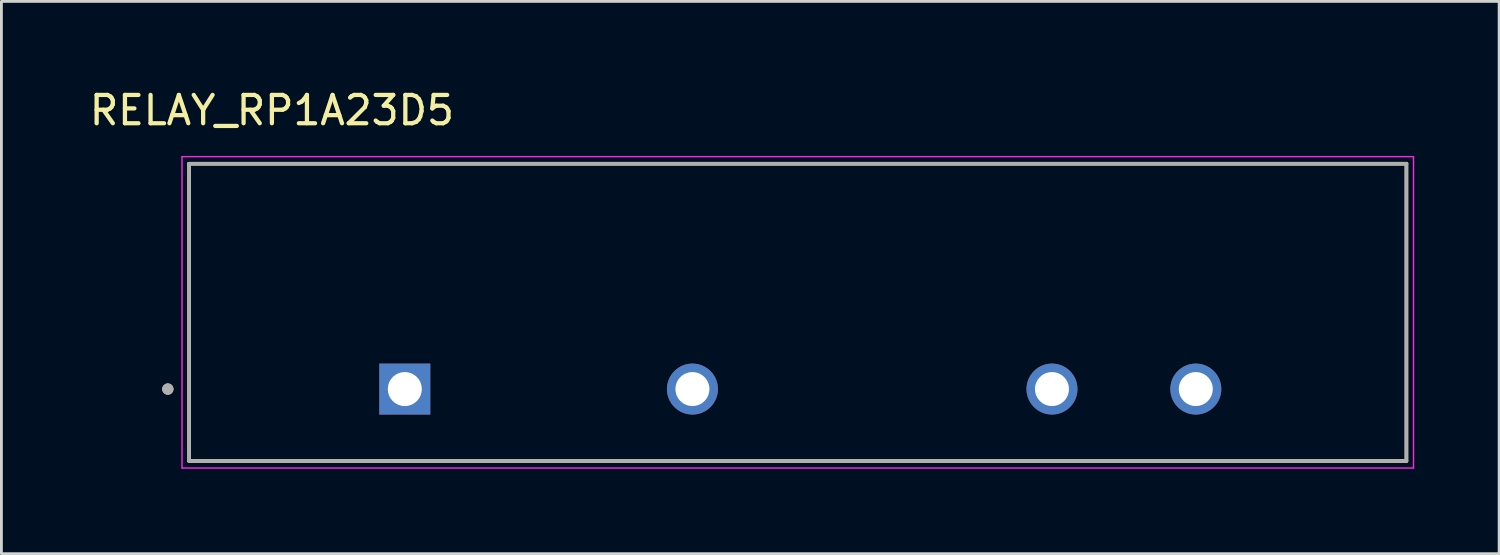
<source format=kicad_pcb>
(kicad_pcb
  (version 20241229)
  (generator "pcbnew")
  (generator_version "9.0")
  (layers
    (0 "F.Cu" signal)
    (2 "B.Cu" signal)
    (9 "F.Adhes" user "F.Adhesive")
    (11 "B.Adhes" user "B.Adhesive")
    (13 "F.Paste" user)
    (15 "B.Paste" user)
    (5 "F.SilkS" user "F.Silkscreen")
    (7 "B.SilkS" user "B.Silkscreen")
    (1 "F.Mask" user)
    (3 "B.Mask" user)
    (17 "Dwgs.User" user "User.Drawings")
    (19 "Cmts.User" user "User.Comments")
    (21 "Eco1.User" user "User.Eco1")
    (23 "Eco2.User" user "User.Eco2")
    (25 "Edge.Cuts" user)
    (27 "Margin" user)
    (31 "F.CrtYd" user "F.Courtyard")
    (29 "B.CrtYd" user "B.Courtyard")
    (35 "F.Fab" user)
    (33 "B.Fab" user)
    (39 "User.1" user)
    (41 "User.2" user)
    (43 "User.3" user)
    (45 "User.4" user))
  (footprint "RELAY_RP1A23D5"
    (layer "F.Cu")
    (at 25.129 7.983)
    (property "Reference" "RELAY_RP1A23D5" (at -18.575 -7.135 0) (layer "F.SilkS") (effects (font (size 1 1) (thickness 0.15))))
    (attr through_hole)
    (fp_line (start -21.5 -5.25) (end 21.5 -5.25) (stroke (width 0.127) (type solid)) (layer "F.SilkS"))
    (fp_line (start -21.5 5.25) (end -21.5 -5.25) (stroke (width 0.127) (type solid)) (layer "F.SilkS"))
    (fp_line (start 21.5 -5.25) (end 21.5 5.25) (stroke (width 0.127) (type solid)) (layer "F.SilkS"))
    (fp_line (start 21.5 5.25) (end -21.5 5.25) (stroke (width 0.127) (type solid)) (layer "F.SilkS"))
    (fp_circle (center -22.25 2.71) (end -22.15 2.71) (stroke (width 0.2) (type solid)) (fill no) (layer "F.SilkS"))
    (fp_line (start -21.75 -5.5) (end -21.75 5.5) (stroke (width 0.05) (type solid)) (layer "F.CrtYd"))
    (fp_line (start -21.75 5.5) (end 21.75 5.5) (stroke (width 0.05) (type solid)) (layer "F.CrtYd"))
    (fp_line (start 21.75 -5.5) (end -21.75 -5.5) (stroke (width 0.05) (type solid)) (layer "F.CrtYd"))
    (fp_line (start 21.75 5.5) (end 21.75 -5.5) (stroke (width 0.05) (type solid)) (layer "F.CrtYd"))
    (fp_line (start -21.5 -5.25) (end 21.5 -5.25) (stroke (width 0.127) (type solid)) (layer "F.Fab"))
    (fp_line (start -21.5 5.25) (end -21.5 -5.25) (stroke (width 0.127) (type solid)) (layer "F.Fab"))
    (fp_line (start 21.5 -5.25) (end 21.5 5.25) (stroke (width 0.127) (type solid)) (layer "F.Fab"))
    (fp_line (start 21.5 5.25) (end -21.5 5.25) (stroke (width 0.127) (type solid)) (layer "F.Fab"))
    (fp_circle (center -22.25 2.71) (end -22.15 2.71) (stroke (width 0.2) (type solid)) (fill no) (layer "F.Fab"))
    (pad "1" thru_hole rect (at -13.88 2.71) (size 1.8 1.8) (drill 1.2) (layers "*.Cu" "*.Mask"))
    (pad "2" thru_hole circle (at -3.72 2.71) (size 1.8 1.8) (drill 1.2) (layers "*.Cu" "*.Mask"))
    (pad "3" thru_hole circle (at 8.98 2.71) (size 1.8 1.8) (drill 1.2) (layers "*.Cu" "*.Mask"))
    (pad "4" thru_hole circle (at 14.06 2.71) (size 1.8 1.8) (drill 1.2) (layers "*.Cu" "*.Mask")))
  (gr_rect
    (start -3 -3)
    (end 49.904 16.508)
    (stroke (width 0.1) (type default))
    (fill no)
    (layer "Edge.Cuts")))
</source>
